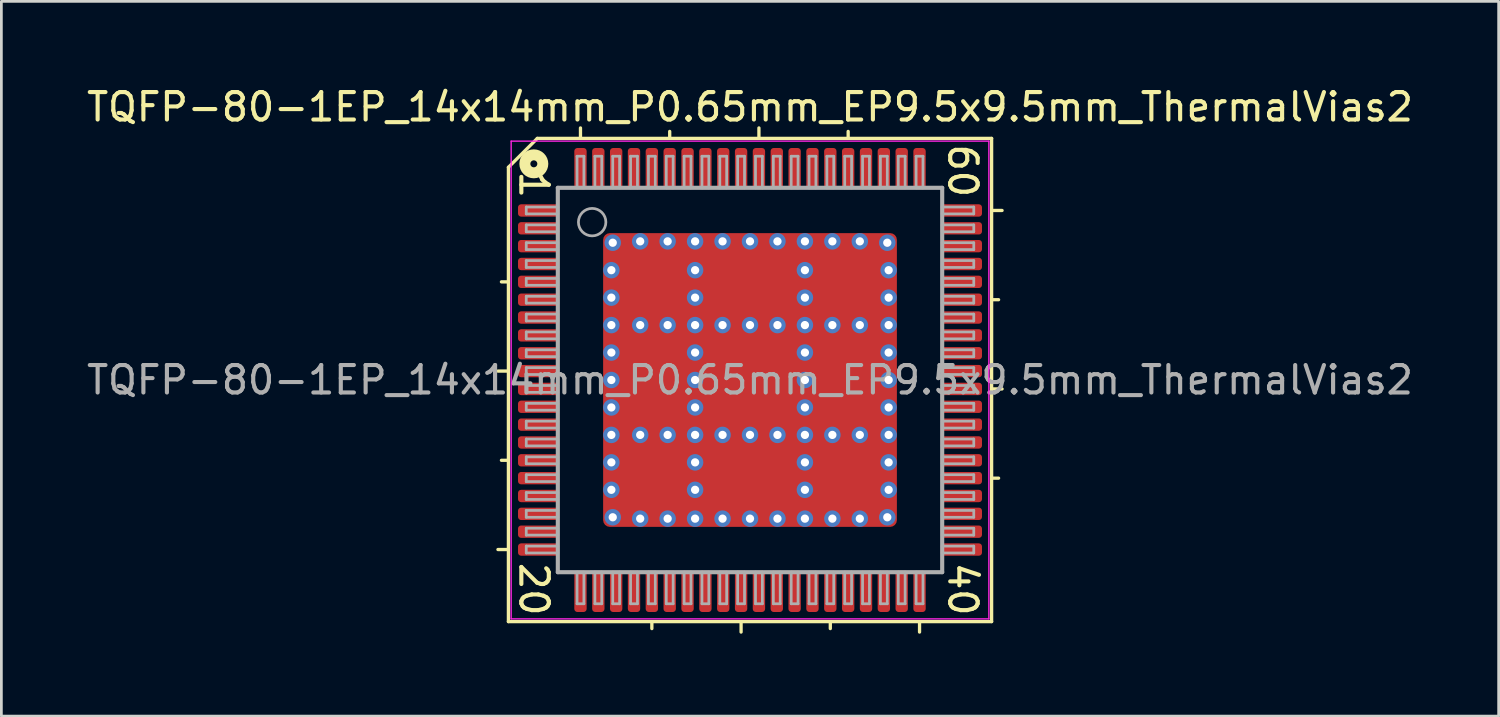
<source format=kicad_pcb>
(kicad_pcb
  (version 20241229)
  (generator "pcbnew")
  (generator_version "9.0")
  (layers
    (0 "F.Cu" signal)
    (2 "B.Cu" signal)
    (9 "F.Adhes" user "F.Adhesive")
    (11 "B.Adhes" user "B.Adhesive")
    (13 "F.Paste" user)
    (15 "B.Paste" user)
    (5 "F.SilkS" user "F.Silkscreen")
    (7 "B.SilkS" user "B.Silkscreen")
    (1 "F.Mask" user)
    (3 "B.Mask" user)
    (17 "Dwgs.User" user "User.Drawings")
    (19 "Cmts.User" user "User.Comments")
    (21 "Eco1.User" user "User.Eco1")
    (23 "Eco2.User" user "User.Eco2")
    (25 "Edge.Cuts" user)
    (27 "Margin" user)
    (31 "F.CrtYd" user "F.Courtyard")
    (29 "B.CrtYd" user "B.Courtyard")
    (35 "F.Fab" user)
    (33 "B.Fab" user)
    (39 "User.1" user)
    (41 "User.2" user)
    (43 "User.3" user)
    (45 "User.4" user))
  (footprint "TQFP-80-1EP_14x14mm_P0.65mm_EP9.5x9.5mm_ThermalVias2"
    (layer "F.Cu")
    (at 24.268 10.791)
    (property "Reference" "TQFP-80-1EP_14x14mm_P0.65mm_EP9.5x9.5mm_ThermalVias2" (at 0 -9.943 0) (layer "F.SilkS") (effects (font (size 1 1) (thickness 0.15))))
    (attr smd)
    (fp_line (start -8.8 -7.747) (end -8.8 8.8) (stroke (width 0.12) (type solid)) (layer "F.SilkS"))
    (fp_line (start -8.8 -3.575) (end -9.054 -3.575) (stroke (width 0.12) (type solid)) (layer "F.SilkS"))
    (fp_line (start -8.8 -0.325) (end -9.181 -0.325) (stroke (width 0.12) (type solid)) (layer "F.SilkS"))
    (fp_line (start -8.8 2.925) (end -9.054 2.925) (stroke (width 0.12) (type solid)) (layer "F.SilkS"))
    (fp_line (start -8.8 6.175) (end -9.181 6.175) (stroke (width 0.12) (type solid)) (layer "F.SilkS"))
    (fp_line (start -8.8 8.8) (end 8.8 8.8) (stroke (width 0.12) (type solid)) (layer "F.SilkS"))
    (fp_line (start -7.747 -8.8) (end -8.8 -7.747) (stroke (width 0.12) (type solid)) (layer "F.SilkS"))
    (fp_line (start -6.175 -8.8) (end -6.175 -9.181) (stroke (width 0.12) (type solid)) (layer "F.SilkS"))
    (fp_line (start -3.575 8.8) (end -3.575 9.054) (stroke (width 0.12) (type solid)) (layer "F.SilkS"))
    (fp_line (start -2.925 -8.8) (end -2.925 -9.054) (stroke (width 0.12) (type solid)) (layer "F.SilkS"))
    (fp_line (start -0.325 8.8) (end -0.325 9.181) (stroke (width 0.12) (type solid)) (layer "F.SilkS"))
    (fp_line (start 0.325 -8.8) (end 0.325 -9.181) (stroke (width 0.12) (type solid)) (layer "F.SilkS"))
    (fp_line (start 2.925 8.8) (end 2.925 9.054) (stroke (width 0.12) (type solid)) (layer "F.SilkS"))
    (fp_line (start 3.575 -8.8) (end 3.575 -9.054) (stroke (width 0.12) (type solid)) (layer "F.SilkS"))
    (fp_line (start 6.175 8.8) (end 6.175 9.181) (stroke (width 0.12) (type solid)) (layer "F.SilkS"))
    (fp_line (start 8.8 -8.8) (end -7.747 -8.8) (stroke (width 0.12) (type solid)) (layer "F.SilkS"))
    (fp_line (start 8.8 -6.175) (end 9.181 -6.175) (stroke (width 0.12) (type solid)) (layer "F.SilkS"))
    (fp_line (start 8.8 -2.925) (end 9.054 -2.925) (stroke (width 0.12) (type solid)) (layer "F.SilkS"))
    (fp_line (start 8.8 0.325) (end 9.181 0.325) (stroke (width 0.12) (type solid)) (layer "F.SilkS"))
    (fp_line (start 8.8 3.575) (end 9.054 3.575) (stroke (width 0.12) (type solid)) (layer "F.SilkS"))
    (fp_line (start 8.8 8.8) (end 8.8 -8.8) (stroke (width 0.12) (type solid)) (layer "F.SilkS"))
    (fp_circle (center -7.874 -7.874) (end -7.747 -7.874) (stroke (width 0.4) (type solid)) (fill no) (layer "F.SilkS"))
    (fp_line (start -8.7 -8.7) (end -8.7 8.7) (stroke (width 0.05) (type solid)) (layer "F.CrtYd"))
    (fp_line (start -8.7 -8.7) (end 8.7 -8.7) (stroke (width 0.05) (type solid)) (layer "F.CrtYd"))
    (fp_line (start -8.7 8.7) (end 8.7 8.7) (stroke (width 0.05) (type solid)) (layer "F.CrtYd"))
    (fp_line (start 8.7 -8.7) (end 8.7 8.7) (stroke (width 0.05) (type solid)) (layer "F.CrtYd"))
    (fp_line (start -8.15 -6.3) (end -8.15 -6.05) (stroke (width 0.1) (type solid)) (layer "F.Fab"))
    (fp_line (start -8.15 -6.3) (end -7 -6.3) (stroke (width 0.1) (type solid)) (layer "F.Fab"))
    (fp_line (start -8.15 -6.05) (end -7 -6.05) (stroke (width 0.1) (type solid)) (layer "F.Fab"))
    (fp_line (start -8.15 -5.65) (end -8.15 -5.4) (stroke (width 0.1) (type solid)) (layer "F.Fab"))
    (fp_line (start -8.15 -5.65) (end -7 -5.65) (stroke (width 0.1) (type solid)) (layer "F.Fab"))
    (fp_line (start -8.15 -5.4) (end -7 -5.4) (stroke (width 0.1) (type solid)) (layer "F.Fab"))
    (fp_line (start -8.15 -5) (end -8.15 -4.75) (stroke (width 0.1) (type solid)) (layer "F.Fab"))
    (fp_line (start -8.15 -5) (end -7 -5) (stroke (width 0.1) (type solid)) (layer "F.Fab"))
    (fp_line (start -8.15 -4.75) (end -7 -4.75) (stroke (width 0.1) (type solid)) (layer "F.Fab"))
    (fp_line (start -8.15 -4.35) (end -8.15 -4.1) (stroke (width 0.1) (type solid)) (layer "F.Fab"))
    (fp_line (start -8.15 -4.35) (end -7 -4.35) (stroke (width 0.1) (type solid)) (layer "F.Fab"))
    (fp_line (start -8.15 -4.1) (end -7 -4.1) (stroke (width 0.1) (type solid)) (layer "F.Fab"))
    (fp_line (start -8.15 -3.7) (end -8.15 -3.45) (stroke (width 0.1) (type solid)) (layer "F.Fab"))
    (fp_line (start -8.15 -3.7) (end -7 -3.7) (stroke (width 0.1) (type solid)) (layer "F.Fab"))
    (fp_line (start -8.15 -3.45) (end -7 -3.45) (stroke (width 0.1) (type solid)) (layer "F.Fab"))
    (fp_line (start -8.15 -3.05) (end -8.15 -2.8) (stroke (width 0.1) (type solid)) (layer "F.Fab"))
    (fp_line (start -8.15 -3.05) (end -7 -3.05) (stroke (width 0.1) (type solid)) (layer "F.Fab"))
    (fp_line (start -8.15 -2.8) (end -7 -2.8) (stroke (width 0.1) (type solid)) (layer "F.Fab"))
    (fp_line (start -8.15 -2.4) (end -8.15 -2.15) (stroke (width 0.1) (type solid)) (layer "F.Fab"))
    (fp_line (start -8.15 -2.4) (end -7 -2.4) (stroke (width 0.1) (type solid)) (layer "F.Fab"))
    (fp_line (start -8.15 -2.15) (end -7 -2.15) (stroke (width 0.1) (type solid)) (layer "F.Fab"))
    (fp_line (start -8.15 -1.75) (end -8.15 -1.5) (stroke (width 0.1) (type solid)) (layer "F.Fab"))
    (fp_line (start -8.15 -1.75) (end -7 -1.75) (stroke (width 0.1) (type solid)) (layer "F.Fab"))
    (fp_line (start -8.15 -1.5) (end -7 -1.5) (stroke (width 0.1) (type solid)) (layer "F.Fab"))
    (fp_line (start -8.15 -1.1) (end -8.15 -0.85) (stroke (width 0.1) (type solid)) (layer "F.Fab"))
    (fp_line (start -8.15 -1.1) (end -7 -1.1) (stroke (width 0.1) (type solid)) (layer "F.Fab"))
    (fp_line (start -8.15 -0.85) (end -7 -0.85) (stroke (width 0.1) (type solid)) (layer "F.Fab"))
    (fp_line (start -8.15 -0.45) (end -8.15 -0.2) (stroke (width 0.1) (type solid)) (layer "F.Fab"))
    (fp_line (start -8.15 -0.45) (end -7 -0.45) (stroke (width 0.1) (type solid)) (layer "F.Fab"))
    (fp_line (start -8.15 -0.2) (end -7 -0.2) (stroke (width 0.1) (type solid)) (layer "F.Fab"))
    (fp_line (start -8.15 0.2) (end -8.15 0.45) (stroke (width 0.1) (type solid)) (layer "F.Fab"))
    (fp_line (start -8.15 0.2) (end -7 0.2) (stroke (width 0.1) (type solid)) (layer "F.Fab"))
    (fp_line (start -8.15 0.45) (end -7 0.45) (stroke (width 0.1) (type solid)) (layer "F.Fab"))
    (fp_line (start -8.15 0.85) (end -8.15 1.1) (stroke (width 0.1) (type solid)) (layer "F.Fab"))
    (fp_line (start -8.15 0.85) (end -7 0.85) (stroke (width 0.1) (type solid)) (layer "F.Fab"))
    (fp_line (start -8.15 1.1) (end -7 1.1) (stroke (width 0.1) (type solid)) (layer "F.Fab"))
    (fp_line (start -8.15 1.5) (end -8.15 1.75) (stroke (width 0.1) (type solid)) (layer "F.Fab"))
    (fp_line (start -8.15 1.5) (end -7 1.5) (stroke (width 0.1) (type solid)) (layer "F.Fab"))
    (fp_line (start -8.15 1.75) (end -7 1.75) (stroke (width 0.1) (type solid)) (layer "F.Fab"))
    (fp_line (start -8.15 2.15) (end -8.15 2.4) (stroke (width 0.1) (type solid)) (layer "F.Fab"))
    (fp_line (start -8.15 2.15) (end -7 2.15) (stroke (width 0.1) (type solid)) (layer "F.Fab"))
    (fp_line (start -8.15 2.4) (end -7 2.4) (stroke (width 0.1) (type solid)) (layer "F.Fab"))
    (fp_line (start -8.15 2.8) (end -8.15 3.05) (stroke (width 0.1) (type solid)) (layer "F.Fab"))
    (fp_line (start -8.15 2.8) (end -7 2.8) (stroke (width 0.1) (type solid)) (layer "F.Fab"))
    (fp_line (start -8.15 3.05) (end -7 3.05) (stroke (width 0.1) (type solid)) (layer "F.Fab"))
    (fp_line (start -8.15 3.45) (end -8.15 3.7) (stroke (width 0.1) (type solid)) (layer "F.Fab"))
    (fp_line (start -8.15 3.45) (end -7 3.45) (stroke (width 0.1) (type solid)) (layer "F.Fab"))
    (fp_line (start -8.15 3.7) (end -7 3.7) (stroke (width 0.1) (type solid)) (layer "F.Fab"))
    (fp_line (start -8.15 4.1) (end -8.15 4.35) (stroke (width 0.1) (type solid)) (layer "F.Fab"))
    (fp_line (start -8.15 4.1) (end -7 4.1) (stroke (width 0.1) (type solid)) (layer "F.Fab"))
    (fp_line (start -8.15 4.35) (end -7 4.35) (stroke (width 0.1) (type solid)) (layer "F.Fab"))
    (fp_line (start -8.15 4.75) (end -8.15 5) (stroke (width 0.1) (type solid)) (layer "F.Fab"))
    (fp_line (start -8.15 4.75) (end -7 4.75) (stroke (width 0.1) (type solid)) (layer "F.Fab"))
    (fp_line (start -8.15 5) (end -7 5) (stroke (width 0.1) (type solid)) (layer "F.Fab"))
    (fp_line (start -8.15 5.4) (end -8.15 5.65) (stroke (width 0.1) (type solid)) (layer "F.Fab"))
    (fp_line (start -8.15 5.4) (end -7 5.4) (stroke (width 0.1) (type solid)) (layer "F.Fab"))
    (fp_line (start -8.15 5.65) (end -7 5.65) (stroke (width 0.1) (type solid)) (layer "F.Fab"))
    (fp_line (start -8.15 6.05) (end -8.15 6.3) (stroke (width 0.1) (type solid)) (layer "F.Fab"))
    (fp_line (start -8.15 6.05) (end -7 6.05) (stroke (width 0.1) (type solid)) (layer "F.Fab"))
    (fp_line (start -8.15 6.3) (end -7 6.3) (stroke (width 0.1) (type solid)) (layer "F.Fab"))
    (fp_line (start -7 -7) (end 7 -7) (stroke (width 0.15) (type solid)) (layer "F.Fab"))
    (fp_line (start -7 7) (end -7 -7) (stroke (width 0.15) (type solid)) (layer "F.Fab"))
    (fp_line (start -6.3 -8.15) (end -6.3 -7) (stroke (width 0.1) (type solid)) (layer "F.Fab"))
    (fp_line (start -6.3 8.15) (end -6.3 7) (stroke (width 0.1) (type solid)) (layer "F.Fab"))
    (fp_line (start -6.3 8.15) (end -6.05 8.15) (stroke (width 0.1) (type solid)) (layer "F.Fab"))
    (fp_line (start -6.05 -8.15) (end -6.3 -8.15) (stroke (width 0.1) (type solid)) (layer "F.Fab"))
    (fp_line (start -6.05 -8.15) (end -6.05 -7) (stroke (width 0.1) (type solid)) (layer "F.Fab"))
    (fp_line (start -6.05 8.15) (end -6.05 7) (stroke (width 0.1) (type solid)) (layer "F.Fab"))
    (fp_line (start -5.65 -8.15) (end -5.65 -7) (stroke (width 0.1) (type solid)) (layer "F.Fab"))
    (fp_line (start -5.65 8.15) (end -5.65 7) (stroke (width 0.1) (type solid)) (layer "F.Fab"))
    (fp_line (start -5.65 8.15) (end -5.4 8.15) (stroke (width 0.1) (type solid)) (layer "F.Fab"))
    (fp_line (start -5.4 -8.15) (end -5.65 -8.15) (stroke (width 0.1) (type solid)) (layer "F.Fab"))
    (fp_line (start -5.4 -8.15) (end -5.4 -7) (stroke (width 0.1) (type solid)) (layer "F.Fab"))
    (fp_line (start -5.4 8.15) (end -5.4 7) (stroke (width 0.1) (type solid)) (layer "F.Fab"))
    (fp_line (start -5 -8.15) (end -5 -7) (stroke (width 0.1) (type solid)) (layer "F.Fab"))
    (fp_line (start -5 8.15) (end -5 7) (stroke (width 0.1) (type solid)) (layer "F.Fab"))
    (fp_line (start -5 8.15) (end -4.75 8.15) (stroke (width 0.1) (type solid)) (layer "F.Fab"))
    (fp_line (start -4.75 -8.15) (end -5 -8.15) (stroke (width 0.1) (type solid)) (layer "F.Fab"))
    (fp_line (start -4.75 -8.15) (end -4.75 -7) (stroke (width 0.1) (type solid)) (layer "F.Fab"))
    (fp_line (start -4.75 8.15) (end -4.75 7) (stroke (width 0.1) (type solid)) (layer "F.Fab"))
    (fp_line (start -4.35 -8.15) (end -4.35 -7) (stroke (width 0.1) (type solid)) (layer "F.Fab"))
    (fp_line (start -4.35 8.15) (end -4.35 7) (stroke (width 0.1) (type solid)) (layer "F.Fab"))
    (fp_line (start -4.35 8.15) (end -4.1 8.15) (stroke (width 0.1) (type solid)) (layer "F.Fab"))
    (fp_line (start -4.1 -8.15) (end -4.35 -8.15) (stroke (width 0.1) (type solid)) (layer "F.Fab"))
    (fp_line (start -4.1 -8.15) (end -4.1 -7) (stroke (width 0.1) (type solid)) (layer "F.Fab"))
    (fp_line (start -4.1 8.15) (end -4.1 7) (stroke (width 0.1) (type solid)) (layer "F.Fab"))
    (fp_line (start -3.7 -8.15) (end -3.7 -7) (stroke (width 0.1) (type solid)) (layer "F.Fab"))
    (fp_line (start -3.7 8.15) (end -3.7 7) (stroke (width 0.1) (type solid)) (layer "F.Fab"))
    (fp_line (start -3.7 8.15) (end -3.45 8.15) (stroke (width 0.1) (type solid)) (layer "F.Fab"))
    (fp_line (start -3.45 -8.15) (end -3.7 -8.15) (stroke (width 0.1) (type solid)) (layer "F.Fab"))
    (fp_line (start -3.45 -8.15) (end -3.45 -7) (stroke (width 0.1) (type solid)) (layer "F.Fab"))
    (fp_line (start -3.45 8.15) (end -3.45 7) (stroke (width 0.1) (type solid)) (layer "F.Fab"))
    (fp_line (start -3.05 -8.15) (end -3.05 -7) (stroke (width 0.1) (type solid)) (layer "F.Fab"))
    (fp_line (start -3.05 8.15) (end -3.05 7) (stroke (width 0.1) (type solid)) (layer "F.Fab"))
    (fp_line (start -3.05 8.15) (end -2.8 8.15) (stroke (width 0.1) (type solid)) (layer "F.Fab"))
    (fp_line (start -2.8 -8.15) (end -3.05 -8.15) (stroke (width 0.1) (type solid)) (layer "F.Fab"))
    (fp_line (start -2.8 -8.15) (end -2.8 -7) (stroke (width 0.1) (type solid)) (layer "F.Fab"))
    (fp_line (start -2.8 8.15) (end -2.8 7) (stroke (width 0.1) (type solid)) (layer "F.Fab"))
    (fp_line (start -2.4 -8.15) (end -2.4 -7) (stroke (width 0.1) (type solid)) (layer "F.Fab"))
    (fp_line (start -2.4 8.15) (end -2.4 7) (stroke (width 0.1) (type solid)) (layer "F.Fab"))
    (fp_line (start -2.4 8.15) (end -2.15 8.15) (stroke (width 0.1) (type solid)) (layer "F.Fab"))
    (fp_line (start -2.15 -8.15) (end -2.4 -8.15) (stroke (width 0.1) (type solid)) (layer "F.Fab"))
    (fp_line (start -2.15 -8.15) (end -2.15 -7) (stroke (width 0.1) (type solid)) (layer "F.Fab"))
    (fp_line (start -2.15 8.15) (end -2.15 7) (stroke (width 0.1) (type solid)) (layer "F.Fab"))
    (fp_line (start -1.75 -8.15) (end -1.75 -7) (stroke (width 0.1) (type solid)) (layer "F.Fab"))
    (fp_line (start -1.75 8.15) (end -1.75 7) (stroke (width 0.1) (type solid)) (layer "F.Fab"))
    (fp_line (start -1.75 8.15) (end -1.5 8.15) (stroke (width 0.1) (type solid)) (layer "F.Fab"))
    (fp_line (start -1.5 -8.15) (end -1.75 -8.15) (stroke (width 0.1) (type solid)) (layer "F.Fab"))
    (fp_line (start -1.5 -8.15) (end -1.5 -7) (stroke (width 0.1) (type solid)) (layer "F.Fab"))
    (fp_line (start -1.5 8.15) (end -1.5 7) (stroke (width 0.1) (type solid)) (layer "F.Fab"))
    (fp_line (start -1.1 -8.15) (end -1.1 -7) (stroke (width 0.1) (type solid)) (layer "F.Fab"))
    (fp_line (start -1.1 8.15) (end -1.1 7) (stroke (width 0.1) (type solid)) (layer "F.Fab"))
    (fp_line (start -1.1 8.15) (end -0.85 8.15) (stroke (width 0.1) (type solid)) (layer "F.Fab"))
    (fp_line (start -0.85 -8.15) (end -1.1 -8.15) (stroke (width 0.1) (type solid)) (layer "F.Fab"))
    (fp_line (start -0.85 -8.15) (end -0.85 -7) (stroke (width 0.1) (type solid)) (layer "F.Fab"))
    (fp_line (start -0.85 8.15) (end -0.85 7) (stroke (width 0.1) (type solid)) (layer "F.Fab"))
    (fp_line (start -0.45 -8.15) (end -0.45 -7) (stroke (width 0.1) (type solid)) (layer "F.Fab"))
    (fp_line (start -0.45 8.15) (end -0.45 7) (stroke (width 0.1) (type solid)) (layer "F.Fab"))
    (fp_line (start -0.45 8.15) (end -0.2 8.15) (stroke (width 0.1) (type solid)) (layer "F.Fab"))
    (fp_line (start -0.2 -8.15) (end -0.45 -8.15) (stroke (width 0.1) (type solid)) (layer "F.Fab"))
    (fp_line (start -0.2 -8.15) (end -0.2 -7) (stroke (width 0.1) (type solid)) (layer "F.Fab"))
    (fp_line (start -0.2 8.15) (end -0.2 7) (stroke (width 0.1) (type solid)) (layer "F.Fab"))
    (fp_line (start 0.2 -8.15) (end 0.2 -7) (stroke (width 0.1) (type solid)) (layer "F.Fab"))
    (fp_line (start 0.2 8.15) (end 0.2 7) (stroke (width 0.1) (type solid)) (layer "F.Fab"))
    (fp_line (start 0.2 8.15) (end 0.45 8.15) (stroke (width 0.1) (type solid)) (layer "F.Fab"))
    (fp_line (start 0.45 -8.15) (end 0.2 -8.15) (stroke (width 0.1) (type solid)) (layer "F.Fab"))
    (fp_line (start 0.45 -8.15) (end 0.45 -7) (stroke (width 0.1) (type solid)) (layer "F.Fab"))
    (fp_line (start 0.45 8.15) (end 0.45 7) (stroke (width 0.1) (type solid)) (layer "F.Fab"))
    (fp_line (start 0.85 -8.15) (end 0.85 -7) (stroke (width 0.1) (type solid)) (layer "F.Fab"))
    (fp_line (start 0.85 8.15) (end 0.85 7) (stroke (width 0.1) (type solid)) (layer "F.Fab"))
    (fp_line (start 0.85 8.15) (end 1.1 8.15) (stroke (width 0.1) (type solid)) (layer "F.Fab"))
    (fp_line (start 1.1 -8.15) (end 0.85 -8.15) (stroke (width 0.1) (type solid)) (layer "F.Fab"))
    (fp_line (start 1.1 -8.15) (end 1.1 -7) (stroke (width 0.1) (type solid)) (layer "F.Fab"))
    (fp_line (start 1.1 8.15) (end 1.1 7) (stroke (width 0.1) (type solid)) (layer "F.Fab"))
    (fp_line (start 1.5 -8.15) (end 1.5 -7) (stroke (width 0.1) (type solid)) (layer "F.Fab"))
    (fp_line (start 1.5 8.15) (end 1.5 7) (stroke (width 0.1) (type solid)) (layer "F.Fab"))
    (fp_line (start 1.5 8.15) (end 1.75 8.15) (stroke (width 0.1) (type solid)) (layer "F.Fab"))
    (fp_line (start 1.75 -8.15) (end 1.5 -8.15) (stroke (width 0.1) (type solid)) (layer "F.Fab"))
    (fp_line (start 1.75 -8.15) (end 1.75 -7) (stroke (width 0.1) (type solid)) (layer "F.Fab"))
    (fp_line (start 1.75 8.15) (end 1.75 7) (stroke (width 0.1) (type solid)) (layer "F.Fab"))
    (fp_line (start 2.15 -8.15) (end 2.15 -7) (stroke (width 0.1) (type solid)) (layer "F.Fab"))
    (fp_line (start 2.15 8.15) (end 2.15 7) (stroke (width 0.1) (type solid)) (layer "F.Fab"))
    (fp_line (start 2.15 8.15) (end 2.4 8.15) (stroke (width 0.1) (type solid)) (layer "F.Fab"))
    (fp_line (start 2.4 -8.15) (end 2.15 -8.15) (stroke (width 0.1) (type solid)) (layer "F.Fab"))
    (fp_line (start 2.4 -8.15) (end 2.4 -7) (stroke (width 0.1) (type solid)) (layer "F.Fab"))
    (fp_line (start 2.4 8.15) (end 2.4 7) (stroke (width 0.1) (type solid)) (layer "F.Fab"))
    (fp_line (start 2.8 -8.15) (end 2.8 -7) (stroke (width 0.1) (type solid)) (layer "F.Fab"))
    (fp_line (start 2.8 8.15) (end 2.8 7) (stroke (width 0.1) (type solid)) (layer "F.Fab"))
    (fp_line (start 2.8 8.15) (end 3.05 8.15) (stroke (width 0.1) (type solid)) (layer "F.Fab"))
    (fp_line (start 3.05 -8.15) (end 2.8 -8.15) (stroke (width 0.1) (type solid)) (layer "F.Fab"))
    (fp_line (start 3.05 -8.15) (end 3.05 -7) (stroke (width 0.1) (type solid)) (layer "F.Fab"))
    (fp_line (start 3.05 8.15) (end 3.05 7) (stroke (width 0.1) (type solid)) (layer "F.Fab"))
    (fp_line (start 3.45 -8.15) (end 3.45 -7) (stroke (width 0.1) (type solid)) (layer "F.Fab"))
    (fp_line (start 3.45 8.15) (end 3.45 7) (stroke (width 0.1) (type solid)) (layer "F.Fab"))
    (fp_line (start 3.45 8.15) (end 3.7 8.15) (stroke (width 0.1) (type solid)) (layer "F.Fab"))
    (fp_line (start 3.7 -8.15) (end 3.45 -8.15) (stroke (width 0.1) (type solid)) (layer "F.Fab"))
    (fp_line (start 3.7 -8.15) (end 3.7 -7) (stroke (width 0.1) (type solid)) (layer "F.Fab"))
    (fp_line (start 3.7 8.15) (end 3.7 7) (stroke (width 0.1) (type solid)) (layer "F.Fab"))
    (fp_line (start 4.1 -8.15) (end 4.1 -7) (stroke (width 0.1) (type solid)) (layer "F.Fab"))
    (fp_line (start 4.1 8.15) (end 4.1 7) (stroke (width 0.1) (type solid)) (layer "F.Fab"))
    (fp_line (start 4.1 8.15) (end 4.35 8.15) (stroke (width 0.1) (type solid)) (layer "F.Fab"))
    (fp_line (start 4.35 -8.15) (end 4.1 -8.15) (stroke (width 0.1) (type solid)) (layer "F.Fab"))
    (fp_line (start 4.35 -8.15) (end 4.35 -7) (stroke (width 0.1) (type solid)) (layer "F.Fab"))
    (fp_line (start 4.35 8.15) (end 4.35 7) (stroke (width 0.1) (type solid)) (layer "F.Fab"))
    (fp_line (start 4.75 -8.15) (end 4.75 -7) (stroke (width 0.1) (type solid)) (layer "F.Fab"))
    (fp_line (start 4.75 8.15) (end 4.75 7) (stroke (width 0.1) (type solid)) (layer "F.Fab"))
    (fp_line (start 4.75 8.15) (end 5 8.15) (stroke (width 0.1) (type solid)) (layer "F.Fab"))
    (fp_line (start 5 -8.15) (end 4.75 -8.15) (stroke (width 0.1) (type solid)) (layer "F.Fab"))
    (fp_line (start 5 -8.15) (end 5 -7) (stroke (width 0.1) (type solid)) (layer "F.Fab"))
    (fp_line (start 5 8.15) (end 5 7) (stroke (width 0.1) (type solid)) (layer "F.Fab"))
    (fp_line (start 5.4 -8.15) (end 5.4 -7) (stroke (width 0.1) (type solid)) (layer "F.Fab"))
    (fp_line (start 5.4 8.15) (end 5.4 7) (stroke (width 0.1) (type solid)) (layer "F.Fab"))
    (fp_line (start 5.4 8.15) (end 5.65 8.15) (stroke (width 0.1) (type solid)) (layer "F.Fab"))
    (fp_line (start 5.65 -8.15) (end 5.4 -8.15) (stroke (width 0.1) (type solid)) (layer "F.Fab"))
    (fp_line (start 5.65 -8.15) (end 5.65 -7) (stroke (width 0.1) (type solid)) (layer "F.Fab"))
    (fp_line (start 5.65 8.15) (end 5.65 7) (stroke (width 0.1) (type solid)) (layer "F.Fab"))
    (fp_line (start 6.05 -8.15) (end 6.05 -7) (stroke (width 0.1) (type solid)) (layer "F.Fab"))
    (fp_line (start 6.05 8.15) (end 6.05 7) (stroke (width 0.1) (type solid)) (layer "F.Fab"))
    (fp_line (start 6.05 8.15) (end 6.3 8.15) (stroke (width 0.1) (type solid)) (layer "F.Fab"))
    (fp_line (start 6.3 -8.15) (end 6.05 -8.15) (stroke (width 0.1) (type solid)) (layer "F.Fab"))
    (fp_line (start 6.3 -8.15) (end 6.3 -7) (stroke (width 0.1) (type solid)) (layer "F.Fab"))
    (fp_line (start 6.3 8.15) (end 6.3 7) (stroke (width 0.1) (type solid)) (layer "F.Fab"))
    (fp_line (start 7 -7) (end 7 7) (stroke (width 0.15) (type solid)) (layer "F.Fab"))
    (fp_line (start 7 7) (end -7 7) (stroke (width 0.15) (type solid)) (layer "F.Fab"))
    (fp_line (start 8.15 -6.3) (end 7 -6.3) (stroke (width 0.1) (type solid)) (layer "F.Fab"))
    (fp_line (start 8.15 -6.05) (end 7 -6.05) (stroke (width 0.1) (type solid)) (layer "F.Fab"))
    (fp_line (start 8.15 -6.05) (end 8.15 -6.3) (stroke (width 0.1) (type solid)) (layer "F.Fab"))
    (fp_line (start 8.15 -5.65) (end 7 -5.65) (stroke (width 0.1) (type solid)) (layer "F.Fab"))
    (fp_line (start 8.15 -5.4) (end 7 -5.4) (stroke (width 0.1) (type solid)) (layer "F.Fab"))
    (fp_line (start 8.15 -5.4) (end 8.15 -5.65) (stroke (width 0.1) (type solid)) (layer "F.Fab"))
    (fp_line (start 8.15 -5) (end 7 -5) (stroke (width 0.1) (type solid)) (layer "F.Fab"))
    (fp_line (start 8.15 -4.75) (end 7 -4.75) (stroke (width 0.1) (type solid)) (layer "F.Fab"))
    (fp_line (start 8.15 -4.75) (end 8.15 -5) (stroke (width 0.1) (type solid)) (layer "F.Fab"))
    (fp_line (start 8.15 -4.35) (end 7 -4.35) (stroke (width 0.1) (type solid)) (layer "F.Fab"))
    (fp_line (start 8.15 -4.1) (end 7 -4.1) (stroke (width 0.1) (type solid)) (layer "F.Fab"))
    (fp_line (start 8.15 -4.1) (end 8.15 -4.35) (stroke (width 0.1) (type solid)) (layer "F.Fab"))
    (fp_line (start 8.15 -3.7) (end 7 -3.7) (stroke (width 0.1) (type solid)) (layer "F.Fab"))
    (fp_line (start 8.15 -3.45) (end 7 -3.45) (stroke (width 0.1) (type solid)) (layer "F.Fab"))
    (fp_line (start 8.15 -3.45) (end 8.15 -3.7) (stroke (width 0.1) (type solid)) (layer "F.Fab"))
    (fp_line (start 8.15 -3.05) (end 7 -3.05) (stroke (width 0.1) (type solid)) (layer "F.Fab"))
    (fp_line (start 8.15 -2.8) (end 7 -2.8) (stroke (width 0.1) (type solid)) (layer "F.Fab"))
    (fp_line (start 8.15 -2.8) (end 8.15 -3.05) (stroke (width 0.1) (type solid)) (layer "F.Fab"))
    (fp_line (start 8.15 -2.4) (end 7 -2.4) (stroke (width 0.1) (type solid)) (layer "F.Fab"))
    (fp_line (start 8.15 -2.15) (end 7 -2.15) (stroke (width 0.1) (type solid)) (layer "F.Fab"))
    (fp_line (start 8.15 -2.15) (end 8.15 -2.4) (stroke (width 0.1) (type solid)) (layer "F.Fab"))
    (fp_line (start 8.15 -1.75) (end 7 -1.75) (stroke (width 0.1) (type solid)) (layer "F.Fab"))
    (fp_line (start 8.15 -1.5) (end 7 -1.5) (stroke (width 0.1) (type solid)) (layer "F.Fab"))
    (fp_line (start 8.15 -1.5) (end 8.15 -1.75) (stroke (width 0.1) (type solid)) (layer "F.Fab"))
    (fp_line (start 8.15 -1.1) (end 7 -1.1) (stroke (width 0.1) (type solid)) (layer "F.Fab"))
    (fp_line (start 8.15 -0.85) (end 7 -0.85) (stroke (width 0.1) (type solid)) (layer "F.Fab"))
    (fp_line (start 8.15 -0.85) (end 8.15 -1.1) (stroke (width 0.1) (type solid)) (layer "F.Fab"))
    (fp_line (start 8.15 -0.45) (end 7 -0.45) (stroke (width 0.1) (type solid)) (layer "F.Fab"))
    (fp_line (start 8.15 -0.2) (end 7 -0.2) (stroke (width 0.1) (type solid)) (layer "F.Fab"))
    (fp_line (start 8.15 -0.2) (end 8.15 -0.45) (stroke (width 0.1) (type solid)) (layer "F.Fab"))
    (fp_line (start 8.15 0.2) (end 7 0.2) (stroke (width 0.1) (type solid)) (layer "F.Fab"))
    (fp_line (start 8.15 0.45) (end 7 0.45) (stroke (width 0.1) (type solid)) (layer "F.Fab"))
    (fp_line (start 8.15 0.45) (end 8.15 0.2) (stroke (width 0.1) (type solid)) (layer "F.Fab"))
    (fp_line (start 8.15 0.85) (end 7 0.85) (stroke (width 0.1) (type solid)) (layer "F.Fab"))
    (fp_line (start 8.15 1.1) (end 7 1.1) (stroke (width 0.1) (type solid)) (layer "F.Fab"))
    (fp_line (start 8.15 1.1) (end 8.15 0.85) (stroke (width 0.1) (type solid)) (layer "F.Fab"))
    (fp_line (start 8.15 1.5) (end 7 1.5) (stroke (width 0.1) (type solid)) (layer "F.Fab"))
    (fp_line (start 8.15 1.75) (end 7 1.75) (stroke (width 0.1) (type solid)) (layer "F.Fab"))
    (fp_line (start 8.15 1.75) (end 8.15 1.5) (stroke (width 0.1) (type solid)) (layer "F.Fab"))
    (fp_line (start 8.15 2.15) (end 7 2.15) (stroke (width 0.1) (type solid)) (layer "F.Fab"))
    (fp_line (start 8.15 2.4) (end 7 2.4) (stroke (width 0.1) (type solid)) (layer "F.Fab"))
    (fp_line (start 8.15 2.4) (end 8.15 2.15) (stroke (width 0.1) (type solid)) (layer "F.Fab"))
    (fp_line (start 8.15 2.8) (end 7 2.8) (stroke (width 0.1) (type solid)) (layer "F.Fab"))
    (fp_line (start 8.15 3.05) (end 7 3.05) (stroke (width 0.1) (type solid)) (layer "F.Fab"))
    (fp_line (start 8.15 3.05) (end 8.15 2.8) (stroke (width 0.1) (type solid)) (layer "F.Fab"))
    (fp_line (start 8.15 3.45) (end 7 3.45) (stroke (width 0.1) (type solid)) (layer "F.Fab"))
    (fp_line (start 8.15 3.7) (end 7 3.7) (stroke (width 0.1) (type solid)) (layer "F.Fab"))
    (fp_line (start 8.15 3.7) (end 8.15 3.45) (stroke (width 0.1) (type solid)) (layer "F.Fab"))
    (fp_line (start 8.15 4.1) (end 7 4.1) (stroke (width 0.1) (type solid)) (layer "F.Fab"))
    (fp_line (start 8.15 4.35) (end 7 4.35) (stroke (width 0.1) (type solid)) (layer "F.Fab"))
    (fp_line (start 8.15 4.35) (end 8.15 4.1) (stroke (width 0.1) (type solid)) (layer "F.Fab"))
    (fp_line (start 8.15 4.75) (end 7 4.75) (stroke (width 0.1) (type solid)) (layer "F.Fab"))
    (fp_line (start 8.15 5) (end 7 5) (stroke (width 0.1) (type solid)) (layer "F.Fab"))
    (fp_line (start 8.15 5) (end 8.15 4.75) (stroke (width 0.1) (type solid)) (layer "F.Fab"))
    (fp_line (start 8.15 5.4) (end 7 5.4) (stroke (width 0.1) (type solid)) (layer "F.Fab"))
    (fp_line (start 8.15 5.65) (end 7 5.65) (stroke (width 0.1) (type solid)) (layer "F.Fab"))
    (fp_line (start 8.15 5.65) (end 8.15 5.4) (stroke (width 0.1) (type solid)) (layer "F.Fab"))
    (fp_line (start 8.15 6.05) (end 7 6.05) (stroke (width 0.1) (type solid)) (layer "F.Fab"))
    (fp_line (start 8.15 6.3) (end 7 6.3) (stroke (width 0.1) (type solid)) (layer "F.Fab"))
    (fp_line (start 8.15 6.3) (end 8.15 6.05) (stroke (width 0.1) (type solid)) (layer "F.Fab"))
    (fp_circle (center -5.75 -5.75) (end -5.25 -5.75) (stroke (width 0.1) (type solid)) (fill no) (layer "F.Fab"))
    (fp_text user "60" (at 7.747 -7.62 270) (unlocked yes) (layer "F.SilkS") (effects (font (size 1 1) (thickness 0.15))))
    (fp_text user "40" (at 7.747 7.62 270) (unlocked yes) (layer "F.SilkS") (effects (font (size 1 1) (thickness 0.15))))
    (fp_text user "1" (at -7.874 -7.112 270) (unlocked yes) (layer "F.SilkS") (effects (font (size 1 1) (thickness 0.15))))
    (fp_text user "20" (at -7.874 7.62 270) (unlocked yes) (layer "F.SilkS") (effects (font (size 1 1) (thickness 0.15))))
    (fp_text user "${REFERENCE}" (at 0 0 0) (layer "F.Fab") (effects (font (size 1 1) (thickness 0.15))))
    (pad "" smd roundrect (at -4.1 -4.1 180) (size 0.9 0.9) (layers "F.Paste") (roundrect_rratio 0.25))
    (pad "" smd roundrect (at -4.1 -2.95 180) (size 0.9 0.9) (layers "F.Paste") (roundrect_rratio 0.25))
    (pad "" smd roundrect (at -4.1 -1.1 180) (size 0.9 0.9) (layers "F.Paste") (roundrect_rratio 0.25))
    (pad "" smd roundrect (at -4.1 0 180) (size 0.9 0.9) (layers "F.Paste") (roundrect_rratio 0.25))
    (pad "" smd roundrect (at -4.1 1.1 180) (size 0.9 0.9) (layers "F.Paste") (roundrect_rratio 0.25))
    (pad "" smd roundrect (at -4.1 2.95 180) (size 0.9 0.9) (layers "F.Paste") (roundrect_rratio 0.25))
    (pad "" smd roundrect (at -4.1 4.1 180) (size 0.9 0.9) (layers "F.Paste") (roundrect_rratio 0.25))
    (pad "" smd roundrect (at -3.525 -3.525 270) (size 2.45 2.45) (layers "F.Mask") (roundrect_rratio 0.102))
    (pad "" smd roundrect (at -3.525 0 90) (size 3.4 2.45) (layers "F.Mask") (roundrect_rratio 0.102))
    (pad "" smd roundrect (at -3.525 3.525 270) (size 2.45 2.45) (layers "F.Mask") (roundrect_rratio 0.102))
    (pad "" smd roundrect (at -2.95 -4.1 180) (size 0.9 0.9) (layers "F.Paste") (roundrect_rratio 0.25))
    (pad "" smd roundrect (at -2.95 -2.95 180) (size 0.9 0.9) (layers "F.Paste") (roundrect_rratio 0.25))
    (pad "" smd roundrect (at -2.95 -1.1 180) (size 0.9 0.9) (layers "F.Paste") (roundrect_rratio 0.25))
    (pad "" smd roundrect (at -2.95 0 180) (size 0.9 0.9) (layers "F.Paste") (roundrect_rratio 0.25))
    (pad "" smd roundrect (at -2.95 1.1 180) (size 0.9 0.9) (layers "F.Paste") (roundrect_rratio 0.25))
    (pad "" smd roundrect (at -2.95 2.95 180) (size 0.9 0.9) (layers "F.Paste") (roundrect_rratio 0.25))
    (pad "" smd roundrect (at -2.95 4.1 180) (size 0.9 0.9) (layers "F.Paste") (roundrect_rratio 0.25))
    (pad "" smd roundrect (at -1.1 -4.1 270) (size 0.9 0.9) (layers "F.Paste") (roundrect_rratio 0.25))
    (pad "" smd roundrect (at -1.1 -2.95 270) (size 0.9 0.9) (layers "F.Paste") (roundrect_rratio 0.25))
    (pad "" smd roundrect (at -1.1 -1.1 270) (size 0.9 0.9) (layers "F.Paste") (roundrect_rratio 0.25))
    (pad "" smd roundrect (at -1.1 0 270) (size 0.9 0.9) (layers "F.Paste") (roundrect_rratio 0.25))
    (pad "" smd roundrect (at -1.1 1.1 270) (size 0.9 0.9) (layers "F.Paste") (roundrect_rratio 0.25))
    (pad "" smd roundrect (at -1.1 2.95 270) (size 0.9 0.9) (layers "F.Paste") (roundrect_rratio 0.25))
    (pad "" smd roundrect (at -1.1 4.1 270) (size 0.9 0.9) (layers "F.Paste") (roundrect_rratio 0.25))
    (pad "" smd roundrect (at 0 -4.1 270) (size 0.9 0.9) (layers "F.Paste") (roundrect_rratio 0.25))
    (pad "" smd roundrect (at 0 -3.525) (size 3.4 2.45) (layers "F.Mask") (roundrect_rratio 0.102))
    (pad "" smd roundrect (at 0 -2.95 270) (size 0.9 0.9) (layers "F.Paste") (roundrect_rratio 0.25))
    (pad "" smd roundrect (at 0 -1.1 270) (size 0.9 0.9) (layers "F.Paste") (roundrect_rratio 0.25))
    (pad "" smd roundrect (at 0 0 270) (size 0.9 0.9) (layers "F.Paste") (roundrect_rratio 0.25))
    (pad "" smd roundrect (at 0 0 270) (size 3.4 3.4) (layers "F.Mask") (roundrect_rratio 0.074))
    (pad "" smd roundrect (at 0 1.1 270) (size 0.9 0.9) (layers "F.Paste") (roundrect_rratio 0.25))
    (pad "" smd roundrect (at 0 2.95 270) (size 0.9 0.9) (layers "F.Paste") (roundrect_rratio 0.25))
    (pad "" smd roundrect (at 0 3.525) (size 3.4 2.45) (layers "F.Mask") (roundrect_rratio 0.102))
    (pad "" smd roundrect (at 0 4.1 270) (size 0.9 0.9) (layers "F.Paste") (roundrect_rratio 0.25))
    (pad "" smd roundrect (at 1.1 -4.1 270) (size 0.9 0.9) (layers "F.Paste") (roundrect_rratio 0.25))
    (pad "" smd roundrect (at 1.1 -2.95 270) (size 0.9 0.9) (layers "F.Paste") (roundrect_rratio 0.25))
    (pad "" smd roundrect (at 1.1 -1.1 270) (size 0.9 0.9) (layers "F.Paste") (roundrect_rratio 0.25))
    (pad "" smd roundrect (at 1.1 0 270) (size 0.9 0.9) (layers "F.Paste") (roundrect_rratio 0.25))
    (pad "" smd roundrect (at 1.1 1.1 270) (size 0.9 0.9) (layers "F.Paste") (roundrect_rratio 0.25))
    (pad "" smd roundrect (at 1.1 2.95 270) (size 0.9 0.9) (layers "F.Paste") (roundrect_rratio 0.25))
    (pad "" smd roundrect (at 1.1 4.1 270) (size 0.9 0.9) (layers "F.Paste") (roundrect_rratio 0.25))
    (pad "" smd roundrect (at 2.95 -4.1 180) (size 0.9 0.9) (layers "F.Paste") (roundrect_rratio 0.25))
    (pad "" smd roundrect (at 2.95 -2.95 180) (size 0.9 0.9) (layers "F.Paste") (roundrect_rratio 0.25))
    (pad "" smd roundrect (at 2.95 -1.1 180) (size 0.9 0.9) (layers "F.Paste") (roundrect_rratio 0.25))
    (pad "" smd roundrect (at 2.95 0 180) (size 0.9 0.9) (layers "F.Paste") (roundrect_rratio 0.25))
    (pad "" smd roundrect (at 2.95 1.1 180) (size 0.9 0.9) (layers "F.Paste") (roundrect_rratio 0.25))
    (pad "" smd roundrect (at 2.95 2.95 180) (size 0.9 0.9) (layers "F.Paste") (roundrect_rratio 0.25))
    (pad "" smd roundrect (at 2.95 4.1 180) (size 0.9 0.9) (layers "F.Paste") (roundrect_rratio 0.25))
    (pad "" smd roundrect (at 3.525 -3.525 270) (size 2.45 2.45) (layers "F.Mask") (roundrect_rratio 0.102))
    (pad "" smd roundrect (at 3.525 0 270) (size 3.4 2.45) (layers "F.Mask") (roundrect_rratio 0.102))
    (pad "" smd roundrect (at 3.525 3.525 270) (size 2.45 2.45) (layers "F.Mask") (roundrect_rratio 0.102))
    (pad "" smd roundrect (at 4.1 -4.1 180) (size 0.9 0.9) (layers "F.Paste") (roundrect_rratio 0.25))
    (pad "" smd roundrect (at 4.1 -2.95 180) (size 0.9 0.9) (layers "F.Paste") (roundrect_rratio 0.25))
    (pad "" smd roundrect (at 4.1 -1.1 180) (size 0.9 0.9) (layers "F.Paste") (roundrect_rratio 0.25))
    (pad "" smd roundrect (at 4.1 0 180) (size 0.9 0.9) (layers "F.Paste") (roundrect_rratio 0.25))
    (pad "" smd roundrect (at 4.1 1.1 180) (size 0.9 0.9) (layers "F.Paste") (roundrect_rratio 0.25))
    (pad "" smd roundrect (at 4.1 2.95 180) (size 0.9 0.9) (layers "F.Paste") (roundrect_rratio 0.25))
    (pad "" smd roundrect (at 4.1 4.1 180) (size 0.9 0.9) (layers "F.Paste") (roundrect_rratio 0.25))
    (pad "1" smd roundrect (at -7.7 -6.175) (size 1.5 0.45) (layers "F.Cu" "F.Mask" "F.Paste") (roundrect_rratio 0.25))
    (pad "2" smd roundrect (at -7.7 -5.525) (size 1.5 0.45) (layers "F.Cu" "F.Mask" "F.Paste") (roundrect_rratio 0.25))
    (pad "3" smd roundrect (at -7.7 -4.875) (size 1.5 0.45) (layers "F.Cu" "F.Mask" "F.Paste") (roundrect_rratio 0.25))
    (pad "4" smd roundrect (at -7.7 -4.225) (size 1.5 0.45) (layers "F.Cu" "F.Mask" "F.Paste") (roundrect_rratio 0.25))
    (pad "5" smd roundrect (at -7.7 -3.575) (size 1.5 0.45) (layers "F.Cu" "F.Mask" "F.Paste") (roundrect_rratio 0.25))
    (pad "6" smd roundrect (at -7.7 -2.925) (size 1.5 0.45) (layers "F.Cu" "F.Mask" "F.Paste") (roundrect_rratio 0.25))
    (pad "7" smd roundrect (at -7.7 -2.275) (size 1.5 0.45) (layers "F.Cu" "F.Mask" "F.Paste") (roundrect_rratio 0.25))
    (pad "8" smd roundrect (at -7.7 -1.625) (size 1.5 0.45) (layers "F.Cu" "F.Mask" "F.Paste") (roundrect_rratio 0.25))
    (pad "9" smd roundrect (at -7.7 -0.975) (size 1.5 0.45) (layers "F.Cu" "F.Mask" "F.Paste") (roundrect_rratio 0.25))
    (pad "10" smd roundrect (at -7.7 -0.325) (size 1.5 0.45) (layers "F.Cu" "F.Mask" "F.Paste") (roundrect_rratio 0.25))
    (pad "11" smd roundrect (at -7.7 0.325) (size 1.5 0.45) (layers "F.Cu" "F.Mask" "F.Paste") (roundrect_rratio 0.25))
    (pad "12" smd roundrect (at -7.7 0.975) (size 1.5 0.45) (layers "F.Cu" "F.Mask" "F.Paste") (roundrect_rratio 0.25))
    (pad "13" smd roundrect (at -7.7 1.625) (size 1.5 0.45) (layers "F.Cu" "F.Mask" "F.Paste") (roundrect_rratio 0.25))
    (pad "14" smd roundrect (at -7.7 2.275) (size 1.5 0.45) (layers "F.Cu" "F.Mask" "F.Paste") (roundrect_rratio 0.25))
    (pad "15" smd roundrect (at -7.7 2.925) (size 1.5 0.45) (layers "F.Cu" "F.Mask" "F.Paste") (roundrect_rratio 0.25))
    (pad "16" smd roundrect (at -7.7 3.575) (size 1.5 0.45) (layers "F.Cu" "F.Mask" "F.Paste") (roundrect_rratio 0.25))
    (pad "17" smd roundrect (at -7.7 4.225) (size 1.5 0.45) (layers "F.Cu" "F.Mask" "F.Paste") (roundrect_rratio 0.25))
    (pad "18" smd roundrect (at -7.7 4.875) (size 1.5 0.45) (layers "F.Cu" "F.Mask" "F.Paste") (roundrect_rratio 0.25))
    (pad "19" smd roundrect (at -7.7 5.525) (size 1.5 0.45) (layers "F.Cu" "F.Mask" "F.Paste") (roundrect_rratio 0.25))
    (pad "20" smd roundrect (at -7.7 6.175) (size 1.5 0.45) (layers "F.Cu" "F.Mask" "F.Paste") (roundrect_rratio 0.25))
    (pad "21" smd roundrect (at -6.175 7.7 90) (size 1.5 0.45) (layers "F.Cu" "F.Mask" "F.Paste") (roundrect_rratio 0.25))
    (pad "22" smd roundrect (at -5.525 7.7 90) (size 1.5 0.45) (layers "F.Cu" "F.Mask" "F.Paste") (roundrect_rratio 0.25))
    (pad "23" smd roundrect (at -4.875 7.7 90) (size 1.5 0.45) (layers "F.Cu" "F.Mask" "F.Paste") (roundrect_rratio 0.25))
    (pad "24" smd roundrect (at -4.225 7.7 90) (size 1.5 0.45) (layers "F.Cu" "F.Mask" "F.Paste") (roundrect_rratio 0.25))
    (pad "25" smd roundrect (at -3.575 7.7 90) (size 1.5 0.45) (layers "F.Cu" "F.Mask" "F.Paste") (roundrect_rratio 0.25))
    (pad "26" smd roundrect (at -2.925 7.7 90) (size 1.5 0.45) (layers "F.Cu" "F.Mask" "F.Paste") (roundrect_rratio 0.25))
    (pad "27" smd roundrect (at -2.275 7.7 90) (size 1.5 0.45) (layers "F.Cu" "F.Mask" "F.Paste") (roundrect_rratio 0.25))
    (pad "28" smd roundrect (at -1.625 7.7 90) (size 1.5 0.45) (layers "F.Cu" "F.Mask" "F.Paste") (roundrect_rratio 0.25))
    (pad "29" smd roundrect (at -0.975 7.7 90) (size 1.5 0.45) (layers "F.Cu" "F.Mask" "F.Paste") (roundrect_rratio 0.25))
    (pad "30" smd roundrect (at -0.325 7.7 90) (size 1.5 0.45) (layers "F.Cu" "F.Mask" "F.Paste") (roundrect_rratio 0.25))
    (pad "31" smd roundrect (at 0.325 7.7 90) (size 1.5 0.45) (layers "F.Cu" "F.Mask" "F.Paste") (roundrect_rratio 0.25))
    (pad "32" smd roundrect (at 0.975 7.7 90) (size 1.5 0.45) (layers "F.Cu" "F.Mask" "F.Paste") (roundrect_rratio 0.25))
    (pad "33" smd roundrect (at 1.625 7.7 90) (size 1.5 0.45) (layers "F.Cu" "F.Mask" "F.Paste") (roundrect_rratio 0.25))
    (pad "34" smd roundrect (at 2.275 7.7 90) (size 1.5 0.45) (layers "F.Cu" "F.Mask" "F.Paste") (roundrect_rratio 0.25))
    (pad "35" smd roundrect (at 2.925 7.7 90) (size 1.5 0.45) (layers "F.Cu" "F.Mask" "F.Paste") (roundrect_rratio 0.25))
    (pad "36" smd roundrect (at 3.575 7.7 90) (size 1.5 0.45) (layers "F.Cu" "F.Mask" "F.Paste") (roundrect_rratio 0.25))
    (pad "37" smd roundrect (at 4.225 7.7 90) (size 1.5 0.45) (layers "F.Cu" "F.Mask" "F.Paste") (roundrect_rratio 0.25))
    (pad "38" smd roundrect (at 4.875 7.7 90) (size 1.5 0.45) (layers "F.Cu" "F.Mask" "F.Paste") (roundrect_rratio 0.25))
    (pad "39" smd roundrect (at 5.525 7.7 90) (size 1.5 0.45) (layers "F.Cu" "F.Mask" "F.Paste") (roundrect_rratio 0.25))
    (pad "40" smd roundrect (at 6.175 7.7 90) (size 1.5 0.45) (layers "F.Cu" "F.Mask" "F.Paste") (roundrect_rratio 0.25))
    (pad "41" smd roundrect (at 7.7 6.175) (size 1.5 0.45) (layers "F.Cu" "F.Mask" "F.Paste") (roundrect_rratio 0.25))
    (pad "42" smd roundrect (at 7.7 5.525) (size 1.5 0.45) (layers "F.Cu" "F.Mask" "F.Paste") (roundrect_rratio 0.25))
    (pad "43" smd roundrect (at 7.7 4.875) (size 1.5 0.45) (layers "F.Cu" "F.Mask" "F.Paste") (roundrect_rratio 0.25))
    (pad "44" smd roundrect (at 7.7 4.225) (size 1.5 0.45) (layers "F.Cu" "F.Mask" "F.Paste") (roundrect_rratio 0.25))
    (pad "45" smd roundrect (at 7.7 3.575) (size 1.5 0.45) (layers "F.Cu" "F.Mask" "F.Paste") (roundrect_rratio 0.25))
    (pad "46" smd roundrect (at 7.7 2.925) (size 1.5 0.45) (layers "F.Cu" "F.Mask" "F.Paste") (roundrect_rratio 0.25))
    (pad "47" smd roundrect (at 7.7 2.275) (size 1.5 0.45) (layers "F.Cu" "F.Mask" "F.Paste") (roundrect_rratio 0.25))
    (pad "48" smd roundrect (at 7.7 1.625) (size 1.5 0.45) (layers "F.Cu" "F.Mask" "F.Paste") (roundrect_rratio 0.25))
    (pad "49" smd roundrect (at 7.7 0.975) (size 1.5 0.45) (layers "F.Cu" "F.Mask" "F.Paste") (roundrect_rratio 0.25))
    (pad "50" smd roundrect (at 7.7 0.325) (size 1.5 0.45) (layers "F.Cu" "F.Mask" "F.Paste") (roundrect_rratio 0.25))
    (pad "51" smd roundrect (at 7.7 -0.325) (size 1.5 0.45) (layers "F.Cu" "F.Mask" "F.Paste") (roundrect_rratio 0.25))
    (pad "52" smd roundrect (at 7.7 -0.975) (size 1.5 0.45) (layers "F.Cu" "F.Mask" "F.Paste") (roundrect_rratio 0.25))
    (pad "53" smd roundrect (at 7.7 -1.625) (size 1.5 0.45) (layers "F.Cu" "F.Mask" "F.Paste") (roundrect_rratio 0.25))
    (pad "54" smd roundrect (at 7.7 -2.275) (size 1.5 0.45) (layers "F.Cu" "F.Mask" "F.Paste") (roundrect_rratio 0.25))
    (pad "55" smd roundrect (at 7.7 -2.925) (size 1.5 0.45) (layers "F.Cu" "F.Mask" "F.Paste") (roundrect_rratio 0.25))
    (pad "56" smd roundrect (at 7.7 -3.575) (size 1.5 0.45) (layers "F.Cu" "F.Mask" "F.Paste") (roundrect_rratio 0.25))
    (pad "57" smd roundrect (at 7.7 -4.225) (size 1.5 0.45) (layers "F.Cu" "F.Mask" "F.Paste") (roundrect_rratio 0.25))
    (pad "58" smd roundrect (at 7.7 -4.875) (size 1.5 0.45) (layers "F.Cu" "F.Mask" "F.Paste") (roundrect_rratio 0.25))
    (pad "59" smd roundrect (at 7.7 -5.525) (size 1.5 0.45) (layers "F.Cu" "F.Mask" "F.Paste") (roundrect_rratio 0.25))
    (pad "60" smd roundrect (at 7.7 -6.175) (size 1.5 0.45) (layers "F.Cu" "F.Mask" "F.Paste") (roundrect_rratio 0.25))
    (pad "61" smd roundrect (at 6.175 -7.7 90) (size 1.5 0.45) (layers "F.Cu" "F.Mask" "F.Paste") (roundrect_rratio 0.25))
    (pad "62" smd roundrect (at 5.525 -7.7 90) (size 1.5 0.45) (layers "F.Cu" "F.Mask" "F.Paste") (roundrect_rratio 0.25))
    (pad "63" smd roundrect (at 4.875 -7.7 90) (size 1.5 0.45) (layers "F.Cu" "F.Mask" "F.Paste") (roundrect_rratio 0.25))
    (pad "64" smd roundrect (at 4.225 -7.7 90) (size 1.5 0.45) (layers "F.Cu" "F.Mask" "F.Paste") (roundrect_rratio 0.25))
    (pad "65" smd roundrect (at 3.575 -7.7 90) (size 1.5 0.45) (layers "F.Cu" "F.Mask" "F.Paste") (roundrect_rratio 0.25))
    (pad "66" smd roundrect (at 2.925 -7.7 90) (size 1.5 0.45) (layers "F.Cu" "F.Mask" "F.Paste") (roundrect_rratio 0.25))
    (pad "67" smd roundrect (at 2.275 -7.7 90) (size 1.5 0.45) (layers "F.Cu" "F.Mask" "F.Paste") (roundrect_rratio 0.25))
    (pad "68" smd roundrect (at 1.625 -7.7 90) (size 1.5 0.45) (layers "F.Cu" "F.Mask" "F.Paste") (roundrect_rratio 0.25))
    (pad "69" smd roundrect (at 0.975 -7.7 90) (size 1.5 0.45) (layers "F.Cu" "F.Mask" "F.Paste") (roundrect_rratio 0.25))
    (pad "70" smd roundrect (at 0.325 -7.7 90) (size 1.5 0.45) (layers "F.Cu" "F.Mask" "F.Paste") (roundrect_rratio 0.25))
    (pad "71" smd roundrect (at -0.325 -7.7 90) (size 1.5 0.45) (layers "F.Cu" "F.Mask" "F.Paste") (roundrect_rratio 0.25))
    (pad "72" smd roundrect (at -0.975 -7.7 90) (size 1.5 0.45) (layers "F.Cu" "F.Mask" "F.Paste") (roundrect_rratio 0.25))
    (pad "73" smd roundrect (at -1.625 -7.7 90) (size 1.5 0.45) (layers "F.Cu" "F.Mask" "F.Paste") (roundrect_rratio 0.25))
    (pad "74" smd roundrect (at -2.275 -7.7 90) (size 1.5 0.45) (layers "F.Cu" "F.Mask" "F.Paste") (roundrect_rratio 0.25))
    (pad "75" smd roundrect (at -2.925 -7.7 90) (size 1.5 0.45) (layers "F.Cu" "F.Mask" "F.Paste") (roundrect_rratio 0.25))
    (pad "76" smd roundrect (at -3.575 -7.7 90) (size 1.5 0.45) (layers "F.Cu" "F.Mask" "F.Paste") (roundrect_rratio 0.25))
    (pad "77" smd roundrect (at -4.225 -7.7 90) (size 1.5 0.45) (layers "F.Cu" "F.Mask" "F.Paste") (roundrect_rratio 0.25))
    (pad "78" smd roundrect (at -4.875 -7.7 90) (size 1.5 0.45) (layers "F.Cu" "F.Mask" "F.Paste") (roundrect_rratio 0.25))
    (pad "79" smd roundrect (at -5.525 -7.7 90) (size 1.5 0.45) (layers "F.Cu" "F.Mask" "F.Paste") (roundrect_rratio 0.25))
    (pad "80" smd roundrect (at -6.175 -7.7 90) (size 1.5 0.45) (layers "F.Cu" "F.Mask" "F.Paste") (roundrect_rratio 0.25))
    (pad "81" thru_hole circle (at -5.05 -4 270) (size 0.6 0.6) (drill 0.3) (property pad_prop_heatsink) (layers "*.Cu" "*.Mask"))
    (pad "81" thru_hole circle (at -5.05 -3 270) (size 0.6 0.6) (drill 0.3) (property pad_prop_heatsink) (layers "*.Cu" "*.Mask"))
    (pad "81" thru_hole circle (at -5.05 -2 270) (size 0.6 0.6) (drill 0.3) (property pad_prop_heatsink) (layers "*.Cu" "*.Mask"))
    (pad "81" thru_hole circle (at -5.05 -1 270) (size 0.6 0.6) (drill 0.3) (property pad_prop_heatsink) (layers "*.Cu" "*.Mask"))
    (pad "81" thru_hole circle (at -5.05 0 270) (size 0.6 0.6) (drill 0.3) (property pad_prop_heatsink) (layers "*.Cu" "*.Mask"))
    (pad "81" thru_hole circle (at -5.05 1 270) (size 0.6 0.6) (drill 0.3) (property pad_prop_heatsink) (layers "*.Cu" "*.Mask"))
    (pad "81" thru_hole circle (at -5.05 2 270) (size 0.6 0.6) (drill 0.3) (property pad_prop_heatsink) (layers "*.Cu" "*.Mask"))
    (pad "81" thru_hole circle (at -5.05 3 270) (size 0.6 0.6) (drill 0.3) (property pad_prop_heatsink) (layers "*.Cu" "*.Mask"))
    (pad "81" thru_hole circle (at -5.05 4 270) (size 0.6 0.6) (drill 0.3) (property pad_prop_heatsink) (layers "*.Cu" "*.Mask"))
    (pad "81" thru_hole circle (at -5 -5 270) (size 0.6 0.6) (drill 0.3) (property pad_prop_heatsink) (layers "*.Cu" "*.Mask"))
    (pad "81" thru_hole circle (at -5 5 270) (size 0.6 0.6) (drill 0.3) (property pad_prop_heatsink) (layers "*.Cu" "*.Mask"))
    (pad "81" thru_hole circle (at -4 -5.05 270) (size 0.6 0.6) (drill 0.3) (property pad_prop_heatsink) (layers "*.Cu" "*.Mask"))
    (pad "81" thru_hole circle (at -4 -2 270) (size 0.6 0.6) (drill 0.3) (property pad_prop_heatsink) (layers "*.Cu" "*.Mask"))
    (pad "81" thru_hole circle (at -4 2 270) (size 0.6 0.6) (drill 0.3) (property pad_prop_heatsink) (layers "*.Cu" "*.Mask"))
    (pad "81" thru_hole circle (at -4 5.05 270) (size 0.6 0.6) (drill 0.3) (property pad_prop_heatsink) (layers "*.Cu" "*.Mask"))
    (pad "81" thru_hole circle (at -3 -5.05 270) (size 0.6 0.6) (drill 0.3) (property pad_prop_heatsink) (layers "*.Cu" "*.Mask"))
    (pad "81" thru_hole circle (at -3 -2 270) (size 0.6 0.6) (drill 0.3) (property pad_prop_heatsink) (layers "*.Cu" "*.Mask"))
    (pad "81" thru_hole circle (at -3 2 270) (size 0.6 0.6) (drill 0.3) (property pad_prop_heatsink) (layers "*.Cu" "*.Mask"))
    (pad "81" thru_hole circle (at -3 5.05 270) (size 0.6 0.6) (drill 0.3) (property pad_prop_heatsink) (layers "*.Cu" "*.Mask"))
    (pad "81" thru_hole circle (at -2 -5.05 270) (size 0.6 0.6) (drill 0.3) (property pad_prop_heatsink) (layers "*.Cu" "*.Mask"))
    (pad "81" thru_hole circle (at -2 -4 270) (size 0.6 0.6) (drill 0.3) (property pad_prop_heatsink) (layers "*.Cu" "*.Mask"))
    (pad "81" thru_hole circle (at -2 -3 270) (size 0.6 0.6) (drill 0.3) (property pad_prop_heatsink) (layers "*.Cu" "*.Mask"))
    (pad "81" thru_hole circle (at -2 -2 270) (size 0.6 0.6) (drill 0.3) (property pad_prop_heatsink) (layers "*.Cu" "*.Mask"))
    (pad "81" thru_hole circle (at -2 -1 270) (size 0.6 0.6) (drill 0.3) (property pad_prop_heatsink) (layers "*.Cu" "*.Mask"))
    (pad "81" thru_hole circle (at -2 0 270) (size 0.6 0.6) (drill 0.3) (property pad_prop_heatsink) (layers "*.Cu" "*.Mask"))
    (pad "81" thru_hole circle (at -2 1 270) (size 0.6 0.6) (drill 0.3) (property pad_prop_heatsink) (layers "*.Cu" "*.Mask"))
    (pad "81" thru_hole circle (at -2 2 270) (size 0.6 0.6) (drill 0.3) (property pad_prop_heatsink) (layers "*.Cu" "*.Mask"))
    (pad "81" thru_hole circle (at -2 3 270) (size 0.6 0.6) (drill 0.3) (property pad_prop_heatsink) (layers "*.Cu" "*.Mask"))
    (pad "81" thru_hole circle (at -2 4 270) (size 0.6 0.6) (drill 0.3) (property pad_prop_heatsink) (layers "*.Cu" "*.Mask"))
    (pad "81" thru_hole circle (at -2 5.05 270) (size 0.6 0.6) (drill 0.3) (property pad_prop_heatsink) (layers "*.Cu" "*.Mask"))
    (pad "81" thru_hole circle (at -1 -5.05 270) (size 0.6 0.6) (drill 0.3) (property pad_prop_heatsink) (layers "*.Cu" "*.Mask"))
    (pad "81" thru_hole circle (at -1 -2 270) (size 0.6 0.6) (drill 0.3) (property pad_prop_heatsink) (layers "*.Cu" "*.Mask"))
    (pad "81" thru_hole circle (at -1 2 270) (size 0.6 0.6) (drill 0.3) (property pad_prop_heatsink) (layers "*.Cu" "*.Mask"))
    (pad "81" thru_hole circle (at -1 5.05 270) (size 0.6 0.6) (drill 0.3) (property pad_prop_heatsink) (layers "*.Cu" "*.Mask"))
    (pad "81" thru_hole circle (at 0 -5.05 270) (size 0.6 0.6) (drill 0.3) (property pad_prop_heatsink) (layers "*.Cu" "*.Mask"))
    (pad "81" thru_hole circle (at 0 -2 270) (size 0.6 0.6) (drill 0.3) (property pad_prop_heatsink) (layers "*.Cu" "*.Mask"))
    (pad "81" smd roundrect (at 0 0) (size 10.7 10.7) (layers "F.Cu") (roundrect_rratio 0.023))
    (pad "81" thru_hole circle (at 0 2 270) (size 0.6 0.6) (drill 0.3) (property pad_prop_heatsink) (layers "*.Cu" "*.Mask"))
    (pad "81" thru_hole circle (at 0 5.05 270) (size 0.6 0.6) (drill 0.3) (property pad_prop_heatsink) (layers "*.Cu" "*.Mask"))
    (pad "81" thru_hole circle (at 1 -5.05 270) (size 0.6 0.6) (drill 0.3) (property pad_prop_heatsink) (layers "*.Cu" "*.Mask"))
    (pad "81" thru_hole circle (at 1 -2 270) (size 0.6 0.6) (drill 0.3) (property pad_prop_heatsink) (layers "*.Cu" "*.Mask"))
    (pad "81" thru_hole circle (at 1 2 270) (size 0.6 0.6) (drill 0.3) (property pad_prop_heatsink) (layers "*.Cu" "*.Mask"))
    (pad "81" thru_hole circle (at 1 5.05 270) (size 0.6 0.6) (drill 0.3) (property pad_prop_heatsink) (layers "*.Cu" "*.Mask"))
    (pad "81" thru_hole circle (at 2 -5.05 270) (size 0.6 0.6) (drill 0.3) (property pad_prop_heatsink) (layers "*.Cu" "*.Mask"))
    (pad "81" thru_hole circle (at 2 -4 270) (size 0.6 0.6) (drill 0.3) (property pad_prop_heatsink) (layers "*.Cu" "*.Mask"))
    (pad "81" thru_hole circle (at 2 -3 270) (size 0.6 0.6) (drill 0.3) (property pad_prop_heatsink) (layers "*.Cu" "*.Mask"))
    (pad "81" thru_hole circle (at 2 -2 270) (size 0.6 0.6) (drill 0.3) (property pad_prop_heatsink) (layers "*.Cu" "*.Mask"))
    (pad "81" thru_hole circle (at 2 -1 270) (size 0.6 0.6) (drill 0.3) (property pad_prop_heatsink) (layers "*.Cu" "*.Mask"))
    (pad "81" thru_hole circle (at 2 0 270) (size 0.6 0.6) (drill 0.3) (property pad_prop_heatsink) (layers "*.Cu" "*.Mask"))
    (pad "81" thru_hole circle (at 2 1 270) (size 0.6 0.6) (drill 0.3) (property pad_prop_heatsink) (layers "*.Cu" "*.Mask"))
    (pad "81" thru_hole circle (at 2 2 270) (size 0.6 0.6) (drill 0.3) (property pad_prop_heatsink) (layers "*.Cu" "*.Mask"))
    (pad "81" thru_hole circle (at 2 3 270) (size 0.6 0.6) (drill 0.3) (property pad_prop_heatsink) (layers "*.Cu" "*.Mask"))
    (pad "81" thru_hole circle (at 2 4 270) (size 0.6 0.6) (drill 0.3) (property pad_prop_heatsink) (layers "*.Cu" "*.Mask"))
    (pad "81" thru_hole circle (at 2 5.05 270) (size 0.6 0.6) (drill 0.3) (property pad_prop_heatsink) (layers "*.Cu" "*.Mask"))
    (pad "81" thru_hole circle (at 3 -5.05 270) (size 0.6 0.6) (drill 0.3) (property pad_prop_heatsink) (layers "*.Cu" "*.Mask"))
    (pad "81" thru_hole circle (at 3 -2 270) (size 0.6 0.6) (drill 0.3) (property pad_prop_heatsink) (layers "*.Cu" "*.Mask"))
    (pad "81" thru_hole circle (at 3 2 270) (size 0.6 0.6) (drill 0.3) (property pad_prop_heatsink) (layers "*.Cu" "*.Mask"))
    (pad "81" thru_hole circle (at 3 5.05 270) (size 0.6 0.6) (drill 0.3) (property pad_prop_heatsink) (layers "*.Cu" "*.Mask"))
    (pad "81" thru_hole circle (at 4 -5.05 270) (size 0.6 0.6) (drill 0.3) (property pad_prop_heatsink) (layers "*.Cu" "*.Mask"))
    (pad "81" thru_hole circle (at 4 -2 270) (size 0.6 0.6) (drill 0.3) (property pad_prop_heatsink) (layers "*.Cu" "*.Mask"))
    (pad "81" thru_hole circle (at 4 2 270) (size 0.6 0.6) (drill 0.3) (property pad_prop_heatsink) (layers "*.Cu" "*.Mask"))
    (pad "81" thru_hole circle (at 4 5.05 270) (size 0.6 0.6) (drill 0.3) (property pad_prop_heatsink) (layers "*.Cu" "*.Mask"))
    (pad "81" thru_hole circle (at 5 -5 270) (size 0.6 0.6) (drill 0.3) (property pad_prop_heatsink) (layers "*.Cu" "*.Mask"))
    (pad "81" thru_hole circle (at 5 5 270) (size 0.6 0.6) (drill 0.3) (property pad_prop_heatsink) (layers "*.Cu" "*.Mask"))
    (pad "81" thru_hole circle (at 5.05 -4 270) (size 0.6 0.6) (drill 0.3) (property pad_prop_heatsink) (layers "*.Cu" "*.Mask"))
    (pad "81" thru_hole circle (at 5.05 -3 270) (size 0.6 0.6) (drill 0.3) (property pad_prop_heatsink) (layers "*.Cu" "*.Mask"))
    (pad "81" thru_hole circle (at 5.05 -2 270) (size 0.6 0.6) (drill 0.3) (property pad_prop_heatsink) (layers "*.Cu" "*.Mask"))
    (pad "81" thru_hole circle (at 5.05 -1 270) (size 0.6 0.6) (drill 0.3) (property pad_prop_heatsink) (layers "*.Cu" "*.Mask"))
    (pad "81" thru_hole circle (at 5.05 0 270) (size 0.6 0.6) (drill 0.3) (property pad_prop_heatsink) (layers "*.Cu" "*.Mask"))
    (pad "81" thru_hole circle (at 5.05 1 270) (size 0.6 0.6) (drill 0.3) (property pad_prop_heatsink) (layers "*.Cu" "*.Mask"))
    (pad "81" thru_hole circle (at 5.05 2 270) (size 0.6 0.6) (drill 0.3) (property pad_prop_heatsink) (layers "*.Cu" "*.Mask"))
    (pad "81" thru_hole circle (at 5.05 3 270) (size 0.6 0.6) (drill 0.3) (property pad_prop_heatsink) (layers "*.Cu" "*.Mask"))
    (pad "81" thru_hole circle (at 5.05 4 270) (size 0.6 0.6) (drill 0.3) (property pad_prop_heatsink) (layers "*.Cu" "*.Mask")))
  (gr_rect
    (start -3 -3)
    (end 51.536 23.032)
    (stroke (width 0.1) (type default))
    (fill no)
    (layer "Edge.Cuts")))
</source>
